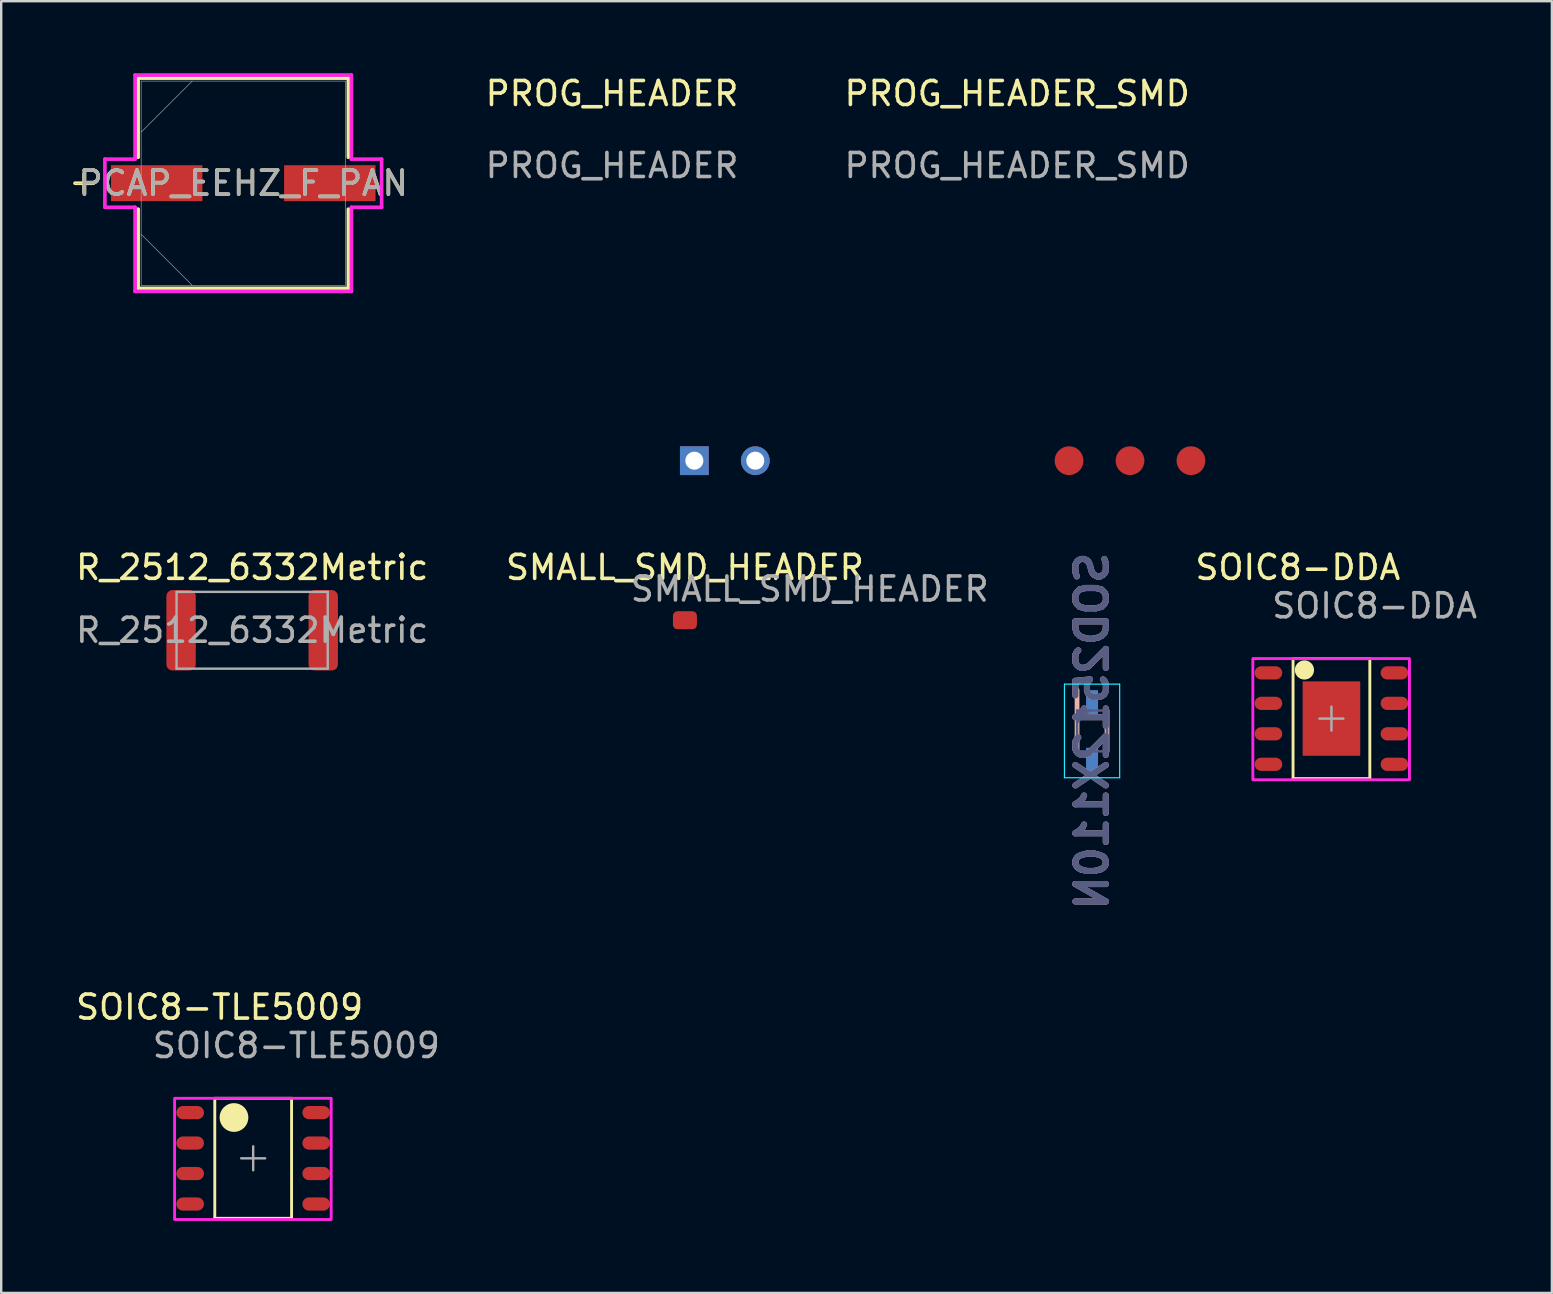
<source format=kicad_pcb>
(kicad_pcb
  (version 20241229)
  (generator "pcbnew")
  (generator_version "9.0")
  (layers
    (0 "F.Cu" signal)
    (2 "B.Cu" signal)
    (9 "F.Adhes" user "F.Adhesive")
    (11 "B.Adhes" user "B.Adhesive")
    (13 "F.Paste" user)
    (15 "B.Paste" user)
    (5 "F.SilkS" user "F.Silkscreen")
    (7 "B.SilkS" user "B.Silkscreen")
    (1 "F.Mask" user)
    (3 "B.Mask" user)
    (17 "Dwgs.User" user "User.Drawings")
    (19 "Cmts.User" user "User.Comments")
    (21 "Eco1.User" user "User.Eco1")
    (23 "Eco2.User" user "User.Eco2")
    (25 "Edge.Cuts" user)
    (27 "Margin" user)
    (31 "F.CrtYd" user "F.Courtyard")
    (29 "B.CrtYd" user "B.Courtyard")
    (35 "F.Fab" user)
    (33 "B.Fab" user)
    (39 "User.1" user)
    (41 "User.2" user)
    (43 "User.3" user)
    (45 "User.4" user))
  (footprint "SMALL_SMD_HEADER"
    (layer "F.Cu")
    (at 25.494 22.797)
    (property "Reference" "SMALL_SMD_HEADER" (at 0 -2.2 0) (unlocked yes) (layer "F.SilkS") (effects (font (size 1 1) (thickness 0.15))))
    (attr smd)
    (fp_text user "${REFERENCE}" (at 5.2 -1.3 0) (unlocked yes) (layer "F.Fab") (effects (font (size 1 1) (thickness 0.15))))
    (pad "1" smd roundrect (at 0 0) (size 1 0.75) (layers "F.Cu" "F.Mask" "F.Paste") (roundrect_rratio 0.25)))
  (footprint "SOIC8-DDA"
    (layer "F.Cu")
    (at 52.436 26.896)
    (property "Reference" "SOIC8-DDA" (at -1.4 -6.3 0) (unlocked yes) (layer "F.SilkS") (effects (font (size 1 1) (thickness 0.15))))
    (attr smd)
    (fp_line (start -1.6 -2.5) (end -1.6 2.5) (stroke (width 0.12) (type default)) (layer "F.SilkS"))
    (fp_line (start -1.6 -2.5) (end 1.6 -2.5) (stroke (width 0.12) (type default)) (layer "F.SilkS"))
    (fp_line (start -1.6 2.5) (end 1.6 2.5) (stroke (width 0.12) (type default)) (layer "F.SilkS"))
    (fp_line (start 1.6 -2.5) (end 1.6 2.5) (stroke (width 0.12) (type default)) (layer "F.SilkS"))
    (fp_circle (center -1.125 -2.025) (end -0.925 -2.025) (stroke (width 0.4) (type default)) (fill no) (layer "F.SilkS"))
    (fp_rect (start -3.275 -2.5) (end 3.25 2.55) (stroke (width 0.12) (type default)) (fill no) (layer "F.CrtYd"))
    (fp_line (start 0 -0.5) (end 0 0.5) (stroke (width 0.1) (type default)) (layer "F.Fab"))
    (fp_line (start 0.5 0) (end -0.5 0) (stroke (width 0.1) (type default)) (layer "F.Fab"))
    (fp_text user "${REFERENCE}" (at 1.8 -4.7 0) (unlocked yes) (layer "F.Fab") (effects (font (size 1 1) (thickness 0.15))))
    (pad "1" smd oval (at -2.625 -1.905 90) (size 0.55 1.15) (layers "F.Cu" "F.Mask" "F.Paste"))
    (pad "2" smd oval (at -2.625 -0.635 90) (size 0.55 1.15) (layers "F.Cu" "F.Mask" "F.Paste"))
    (pad "3" smd oval (at -2.625 0.635 90) (size 0.55 1.15) (layers "F.Cu" "F.Mask" "F.Paste"))
    (pad "4" smd oval (at -2.625 1.905 90) (size 0.55 1.15) (layers "F.Cu" "F.Mask" "F.Paste"))
    (pad "5" smd oval (at 2.625 1.905 90) (size 0.55 1.15) (layers "F.Cu" "F.Mask" "F.Paste"))
    (pad "6" smd oval (at 2.625 0.635 90) (size 0.55 1.15) (layers "F.Cu" "F.Mask" "F.Paste"))
    (pad "7" smd oval (at 2.625 -0.635 90) (size 0.55 1.15) (layers "F.Cu" "F.Mask" "F.Paste"))
    (pad "8" smd oval (at 2.625 -1.905 90) (size 0.55 1.15) (layers "F.Cu" "F.Mask" "F.Paste"))
    (pad "9" smd rect (at 0 0) (size 2.4 3.1) (layers "F.Cu" "F.Mask" "F.Paste")))
  (footprint "PCAP_EEHZ_F_PAN"
    (layer "F.Cu")
    (at 7.087 4.585)
    (property "Reference" "PCAP_EEHZ_F_PAN" (at 0 0 0) (unlocked yes) (layer "F.SilkS") (effects (font (size 1 1) (thickness 0.15))))
    (attr smd)
    (fp_line (start -6.629 -0.381) (end -6.629 0.381) (stroke (width 0.152) (type solid)) (layer "F.SilkS"))
    (fp_line (start -6.248 0) (end -7.01 0) (stroke (width 0.152) (type solid)) (layer "F.SilkS"))
    (fp_line (start -4.381 -4.381) (end -4.381 -1.082) (stroke (width 0.152) (type solid)) (layer "F.SilkS"))
    (fp_line (start -4.381 1.082) (end -4.381 4.381) (stroke (width 0.152) (type solid)) (layer "F.SilkS"))
    (fp_line (start -4.381 4.381) (end 4.381 4.381) (stroke (width 0.152) (type solid)) (layer "F.SilkS"))
    (fp_line (start 4.381 -4.381) (end -4.381 -4.381) (stroke (width 0.152) (type solid)) (layer "F.SilkS"))
    (fp_line (start 4.381 -1.082) (end 4.381 -4.381) (stroke (width 0.152) (type solid)) (layer "F.SilkS"))
    (fp_line (start 4.381 4.381) (end 4.381 1.082) (stroke (width 0.152) (type solid)) (layer "F.SilkS"))
    (fp_line (start -5.766 -1.003) (end -4.508 -1.003) (stroke (width 0.152) (type solid)) (layer "F.CrtYd"))
    (fp_line (start -5.766 1.003) (end -5.766 -1.003) (stroke (width 0.152) (type solid)) (layer "F.CrtYd"))
    (fp_line (start -4.508 -4.508) (end 4.508 -4.508) (stroke (width 0.152) (type solid)) (layer "F.CrtYd"))
    (fp_line (start -4.508 -1.003) (end -4.508 -4.508) (stroke (width 0.152) (type solid)) (layer "F.CrtYd"))
    (fp_line (start -4.508 1.003) (end -5.766 1.003) (stroke (width 0.152) (type solid)) (layer "F.CrtYd"))
    (fp_line (start -4.508 4.508) (end -4.508 1.003) (stroke (width 0.152) (type solid)) (layer "F.CrtYd"))
    (fp_line (start 4.508 -4.508) (end 4.508 -1.003) (stroke (width 0.152) (type solid)) (layer "F.CrtYd"))
    (fp_line (start 4.508 -1.003) (end 5.766 -1.003) (stroke (width 0.152) (type solid)) (layer "F.CrtYd"))
    (fp_line (start 4.508 1.003) (end 4.508 4.508) (stroke (width 0.152) (type solid)) (layer "F.CrtYd"))
    (fp_line (start 4.508 4.508) (end -4.508 4.508) (stroke (width 0.152) (type solid)) (layer "F.CrtYd"))
    (fp_line (start 5.766 -1.003) (end 5.766 1.003) (stroke (width 0.152) (type solid)) (layer "F.CrtYd"))
    (fp_line (start 5.766 1.003) (end 4.508 1.003) (stroke (width 0.152) (type solid)) (layer "F.CrtYd"))
    (fp_line (start -6.629 -0.381) (end -6.629 0.381) (stroke (width 0.025) (type solid)) (layer "F.Fab"))
    (fp_line (start -6.248 0) (end -7.01 0) (stroke (width 0.025) (type solid)) (layer "F.Fab"))
    (fp_line (start -4.255 -4.255) (end -4.255 4.255) (stroke (width 0.025) (type solid)) (layer "F.Fab"))
    (fp_line (start -4.255 -2.127) (end -2.127 -4.255) (stroke (width 0.025) (type solid)) (layer "F.Fab"))
    (fp_line (start -4.255 2.127) (end -2.127 4.255) (stroke (width 0.025) (type solid)) (layer "F.Fab"))
    (fp_line (start -4.255 4.255) (end 4.255 4.255) (stroke (width 0.025) (type solid)) (layer "F.Fab"))
    (fp_line (start 4.255 -4.255) (end -4.255 -4.255) (stroke (width 0.025) (type solid)) (layer "F.Fab"))
    (fp_line (start 4.255 4.255) (end 4.255 -4.255) (stroke (width 0.025) (type solid)) (layer "F.Fab"))
    (fp_text user "${REFERENCE}" (at 0 0 0) (unlocked yes) (layer "F.Fab") (effects (font (size 1 1) (thickness 0.15))))
    (pad "1" smd rect (at -3.607 0) (size 3.81 1.499) (layers "F.Cu" "F.Mask" "F.Paste"))
    (pad "2" smd rect (at 3.607 0) (size 3.81 1.499) (layers "F.Cu" "F.Mask" "F.Paste")))
  (footprint "PROG_HEADER_SMD"
    (layer "F.Cu")
    (at 44.041 16.148)
    (property "Reference" "PROG_HEADER_SMD" (at -4.7 -15.3 0) (unlocked yes) (layer "F.SilkS") (effects (font (size 1 1) (thickness 0.15))))
    (attr smd)
    (fp_text user "${REFERENCE}" (at -4.7 -12.3 0) (unlocked yes) (layer "F.Fab") (effects (font (size 1 1) (thickness 0.15))))
    (pad "1" smd circle (at -2.54 0) (size 1.2 1.2) (layers "F.Cu" "F.Mask" "F.Paste"))
    (pad "2" smd circle (at 0 0) (size 1.2 1.2) (layers "F.Cu" "F.Mask" "F.Paste"))
    (pad "3" smd circle (at 2.54 0) (size 1.2 1.2) (layers "F.Cu" "F.Mask" "F.Paste")))
  (footprint "R_2512_6332Metric"
    (layer "F.Cu")
    (at 7.458 23.216)
    (property "Reference" "R_2512_6332Metric" (at 0 -2.62 0) (layer "F.SilkS") (effects (font (size 1 1) (thickness 0.15))))
    (attr smd)
    (fp_line (start -3.15 -1.6) (end 3.15 -1.6) (stroke (width 0.1) (type solid)) (layer "F.Fab"))
    (fp_line (start -3.15 1.6) (end -3.15 -1.6) (stroke (width 0.1) (type solid)) (layer "F.Fab"))
    (fp_line (start 3.15 -1.6) (end 3.15 1.6) (stroke (width 0.1) (type solid)) (layer "F.Fab"))
    (fp_line (start 3.15 1.6) (end -3.15 1.6) (stroke (width 0.1) (type solid)) (layer "F.Fab"))
    (fp_text user "${REFERENCE}" (at 0 0 0) (layer "F.Fab") (effects (font (size 1 1) (thickness 0.15))))
    (pad "1" smd roundrect (at -2.962 0) (size 1.225 3.35) (layers "F.Cu" "F.Mask" "F.Paste") (roundrect_rratio 0.204))
    (pad "2" smd roundrect (at 2.962 0) (size 1.225 3.35) (layers "F.Cu" "F.Mask" "F.Paste") (roundrect_rratio 0.204)))
  (footprint "PROG_HEADER"
    (layer "F.Cu")
    (at 27.156 16.148)
    (property "Reference" "PROG_HEADER" (at -4.7 -15.3 0) (unlocked yes) (layer "F.SilkS") (effects (font (size 1 1) (thickness 0.15))))
    (attr through_hole)
    (fp_text user "${REFERENCE}" (at -4.7 -12.3 0) (unlocked yes) (layer "F.Fab") (effects (font (size 1 1) (thickness 0.15))))
    (pad "1" thru_hole rect (at -1.27 0) (size 1.2 1.2) (drill 0.75) (layers "*.Cu" "*.Mask") (remove_unused_layers yes) (keep_end_layers yes) (zone_layer_connections))
    (pad "2" thru_hole circle (at 1.27 0) (size 1.2 1.2) (drill 0.75) (layers "*.Cu" "*.Mask") (remove_unused_layers yes) (keep_end_layers yes) (zone_layer_connections)))
  (footprint "SOIC8-TLE5009"
    (layer "F.Cu")
    (at 7.501 45.221)
    (property "Reference" "SOIC8-TLE5009" (at -1.4 -6.3 0) (unlocked yes) (layer "F.SilkS") (effects (font (size 1 1) (thickness 0.15))))
    (attr smd)
    (fp_line (start -1.6 -2.5) (end -1.6 2.5) (stroke (width 0.12) (type default)) (layer "F.SilkS"))
    (fp_line (start -1.6 -2.5) (end 1.6 -2.5) (stroke (width 0.12) (type default)) (layer "F.SilkS"))
    (fp_line (start -1.6 2.5) (end 1.6 2.5) (stroke (width 0.12) (type default)) (layer "F.SilkS"))
    (fp_line (start 1.6 -2.5) (end 1.6 2.5) (stroke (width 0.12) (type default)) (layer "F.SilkS"))
    (fp_circle (center -0.8 -1.7) (end -0.5 -1.7) (stroke (width 0.6) (type default)) (fill no) (layer "F.SilkS"))
    (fp_rect (start -3.275 -2.5) (end 3.25 2.55) (stroke (width 0.12) (type default)) (fill no) (layer "F.CrtYd"))
    (fp_line (start 0 -0.5) (end 0 0.5) (stroke (width 0.1) (type default)) (layer "F.Fab"))
    (fp_line (start 0.5 0) (end -0.5 0) (stroke (width 0.1) (type default)) (layer "F.Fab"))
    (fp_text user "${REFERENCE}" (at 1.8 -4.7 0) (unlocked yes) (layer "F.Fab") (effects (font (size 1 1) (thickness 0.15))))
    (pad "1" smd oval (at -2.625 -1.905 90) (size 0.55 1.15) (layers "F.Cu" "F.Mask" "F.Paste"))
    (pad "2" smd oval (at -2.625 -0.635 90) (size 0.55 1.15) (layers "F.Cu" "F.Mask" "F.Paste"))
    (pad "3" smd oval (at -2.625 0.635 90) (size 0.55 1.15) (layers "F.Cu" "F.Mask" "F.Paste"))
    (pad "4" smd oval (at -2.625 1.905 90) (size 0.55 1.15) (layers "F.Cu" "F.Mask" "F.Paste"))
    (pad "5" smd oval (at 2.625 1.905 90) (size 0.55 1.15) (layers "F.Cu" "F.Mask" "F.Paste"))
    (pad "6" smd oval (at 2.625 0.635 90) (size 0.55 1.15) (layers "F.Cu" "F.Mask" "F.Paste"))
    (pad "7" smd oval (at 2.625 -0.635 90) (size 0.55 1.15) (layers "F.Cu" "F.Mask" "F.Paste"))
    (pad "8" smd oval (at 2.625 -1.905 90) (size 0.55 1.15) (layers "F.Cu" "F.Mask" "F.Paste")))
  (footprint "SOD2512X110N"
    (layer "B.Cu")
    (at 42.46 27.411 -90)
    (property "Reference" "SOD2512X110N" (at 0 0 90) (layer "B.SilkS") (effects (font (size 1.27 1.27) (thickness 0.254)) (justify mirror)))
    (attr smd)
    (fp_line (start -1.7 0.625) (end 0.85 0.625) (stroke (width 0.2) (type solid)) (layer "B.SilkS"))
    (fp_line (start -0.85 -0.625) (end 0.85 -0.625) (stroke (width 0.2) (type solid)) (layer "B.SilkS"))
    (fp_line (start -1.95 1.15) (end 1.95 1.15) (stroke (width 0.05) (type solid)) (layer "B.CrtYd"))
    (fp_line (start 1.95 1.15) (end 1.95 -1.15) (stroke (width 0.05) (type solid)) (layer "B.CrtYd"))
    (fp_line (start -1.95 -1.15) (end -1.95 1.15) (stroke (width 0.05) (type solid)) (layer "B.CrtYd"))
    (fp_line (start 1.95 -1.15) (end -1.95 -1.15) (stroke (width 0.05) (type solid)) (layer "B.CrtYd"))
    (fp_line (start -0.85 0.625) (end 0.85 0.625) (stroke (width 0.1) (type solid)) (layer "B.Fab"))
    (fp_line (start 0.85 0.625) (end 0.85 -0.625) (stroke (width 0.1) (type solid)) (layer "B.Fab"))
    (fp_line (start -0.85 0.125) (end -0.35 0.625) (stroke (width 0.1) (type solid)) (layer "B.Fab"))
    (fp_line (start -0.85 -0.625) (end -0.85 0.625) (stroke (width 0.1) (type solid)) (layer "B.Fab"))
    (fp_line (start 0.85 -0.625) (end -0.85 -0.625) (stroke (width 0.1) (type solid)) (layer "B.Fab"))
    (fp_text user "${REFERENCE}" (at 0 0 90) (layer "B.Fab") (effects (font (size 1.27 1.27) (thickness 0.254)) (justify mirror)))
    (pad "1" smd rect (at -1.2 0 180) (size 0.5 1) (layers "B.Cu" "B.Mask" "B.Paste"))
    (pad "2" smd rect (at 1.2 0 180) (size 0.5 1) (layers "B.Cu" "B.Mask" "B.Paste")))
  (gr_rect
    (start -3 -3)
    (end 61.623 50.831)
    (stroke (width 0.1) (type default))
    (fill no)
    (layer "Edge.Cuts")))
</source>
